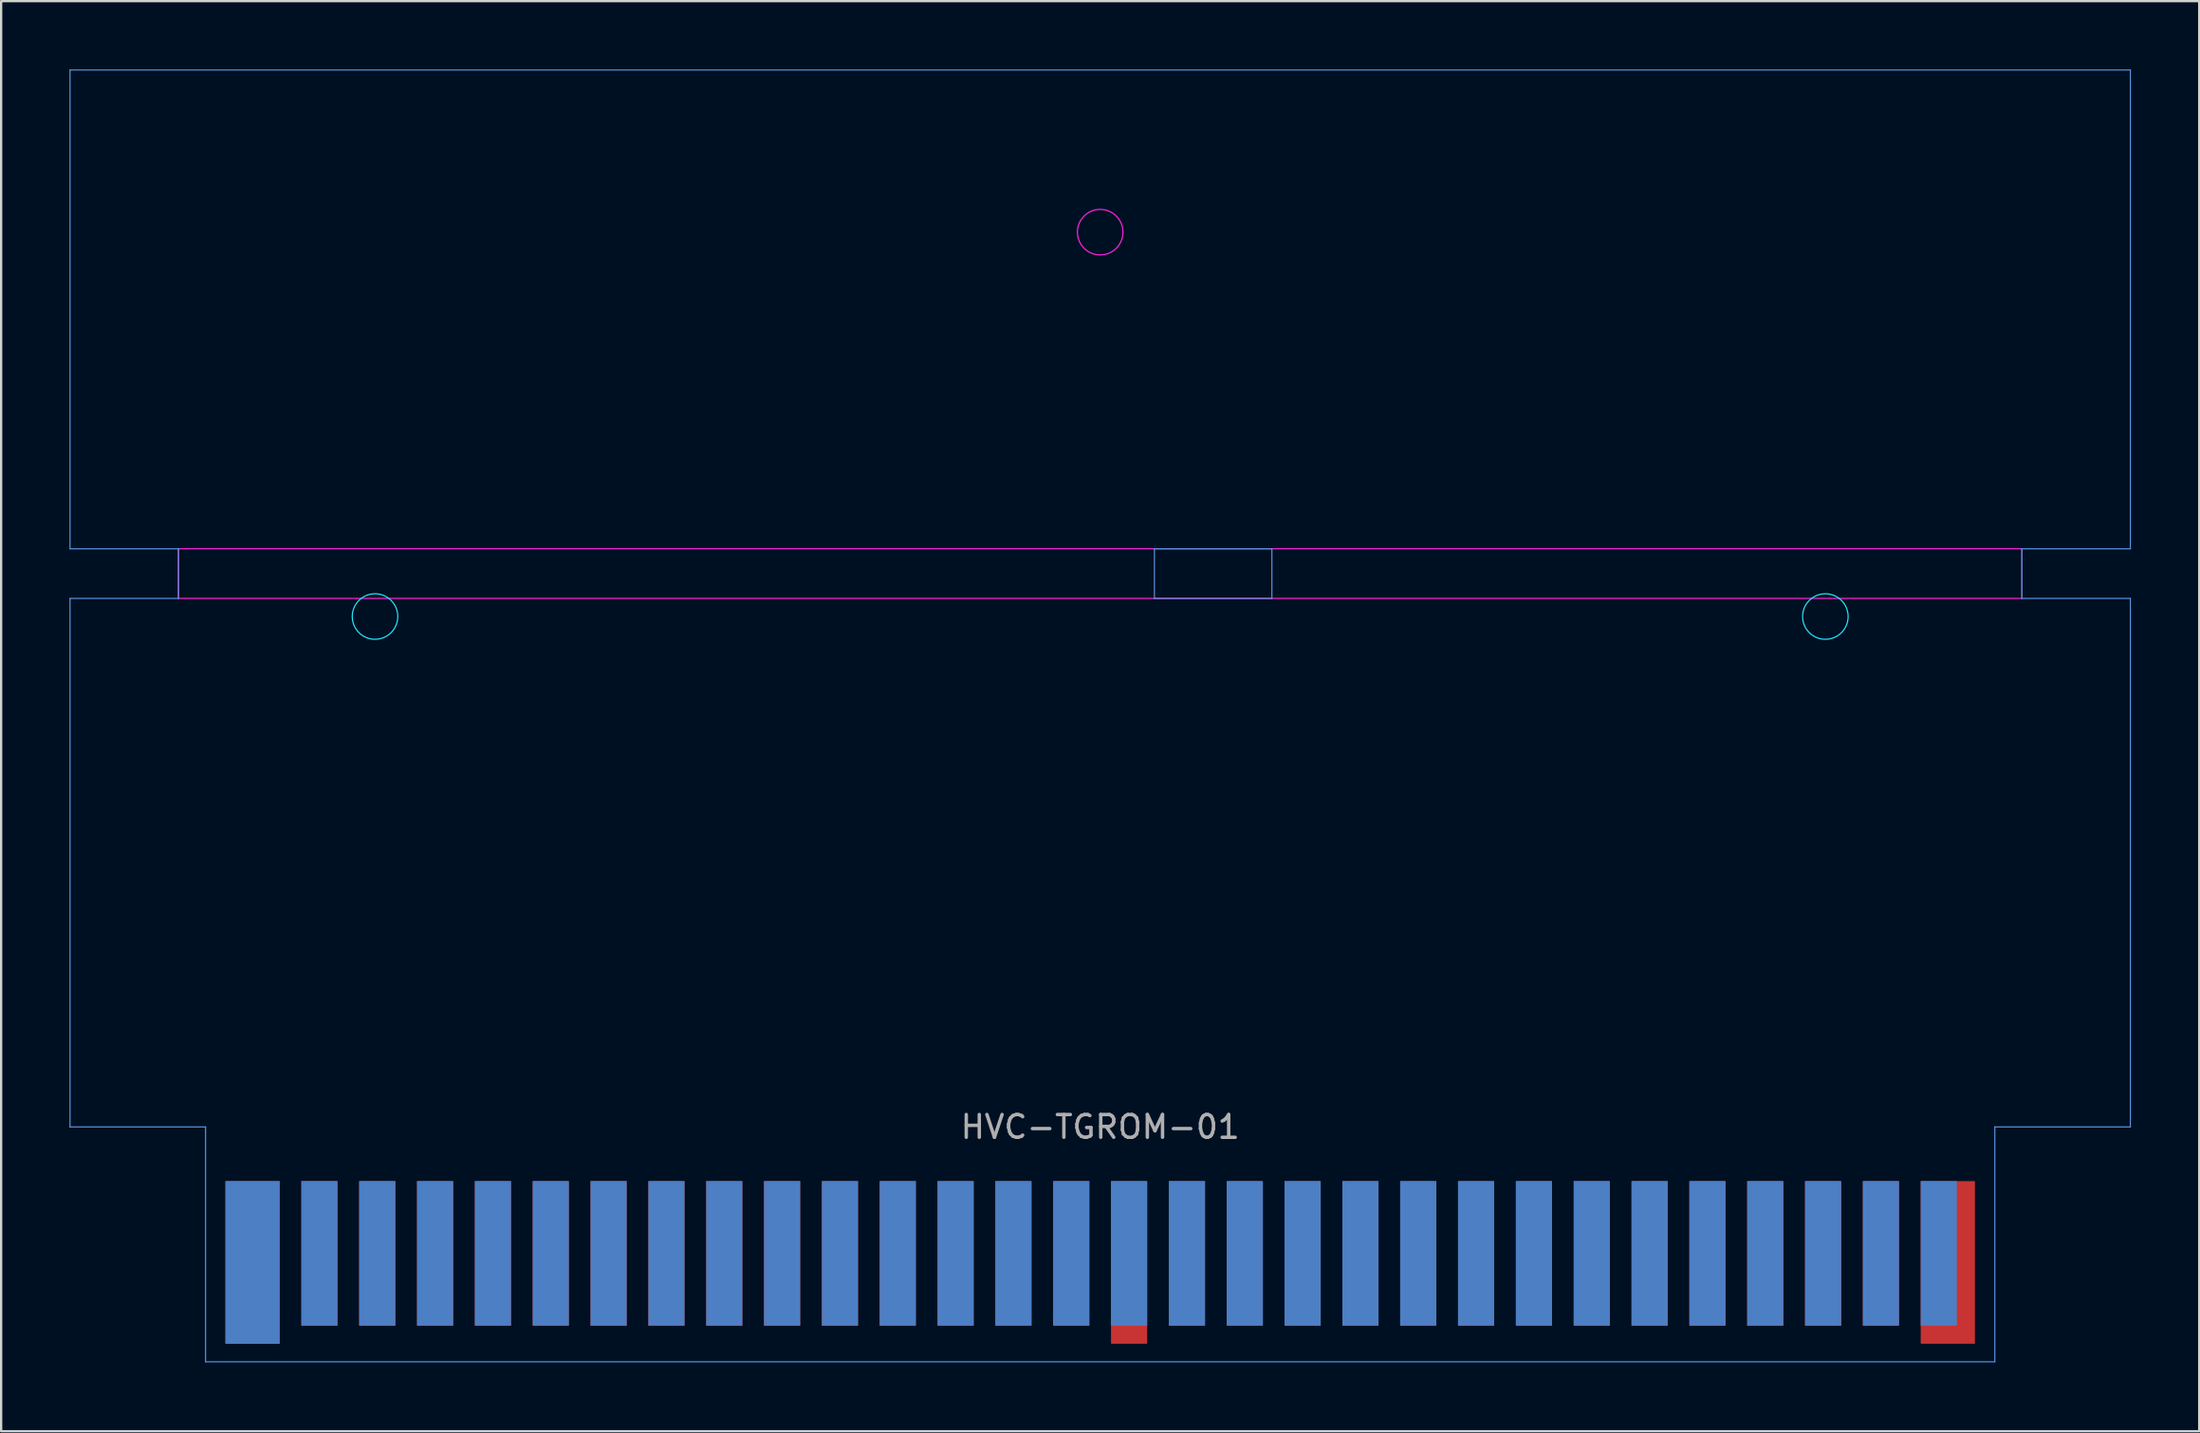
<source format=kicad_pcb>
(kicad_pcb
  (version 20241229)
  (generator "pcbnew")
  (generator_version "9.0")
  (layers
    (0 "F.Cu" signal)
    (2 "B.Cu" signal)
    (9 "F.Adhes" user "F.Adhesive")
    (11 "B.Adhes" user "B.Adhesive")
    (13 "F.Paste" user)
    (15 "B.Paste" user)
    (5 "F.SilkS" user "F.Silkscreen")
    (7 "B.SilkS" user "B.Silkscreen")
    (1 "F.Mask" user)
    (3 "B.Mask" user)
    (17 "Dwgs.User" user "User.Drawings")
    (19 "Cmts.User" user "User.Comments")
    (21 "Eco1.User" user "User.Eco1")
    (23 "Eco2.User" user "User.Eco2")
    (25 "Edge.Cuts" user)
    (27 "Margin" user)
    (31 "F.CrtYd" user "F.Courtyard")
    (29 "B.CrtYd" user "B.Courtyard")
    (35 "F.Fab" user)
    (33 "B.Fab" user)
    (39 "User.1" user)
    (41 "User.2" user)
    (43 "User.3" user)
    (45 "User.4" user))
  (footprint "HVC-TGROM-01"
    (layer "F.Cu")
    (at 45.269 46.459)
    (property "Reference" "HVC-TGROM-01" (at 0 0 0) (layer "F.Fab") (effects (font (size 1 1) (thickness 0.15))))
    (attr through_hole)
    (fp_poly (pts (xy 39.291 10.319) (xy -39.291 10.319) (xy -39.291 3.572) (xy 39.291 3.572)) (stroke (width 0.1) (type solid)) (fill yes) (layer "F.Mask"))
    (fp_poly (pts (xy 39.291 10.319) (xy -39.291 10.319) (xy -39.291 3.572) (xy 39.291 3.572)) (stroke (width 0.1) (type solid)) (fill yes) (layer "B.Mask"))
    (fp_line (start -45.244 -25.4) (end -45.244 -46.434) (stroke (width 0.05) (type solid)) (layer "Cmts.User"))
    (fp_line (start -45.244 -25.4) (end -40.481 -25.4) (stroke (width 0.05) (type solid)) (layer "Cmts.User"))
    (fp_line (start -45.244 -23.217) (end -40.481 -23.217) (stroke (width 0.05) (type solid)) (layer "Cmts.User"))
    (fp_line (start -45.244 0) (end -45.244 -23.217) (stroke (width 0.05) (type solid)) (layer "Cmts.User"))
    (fp_line (start -40.481 -23.217) (end -40.481 -25.4) (stroke (width 0.05) (type solid)) (layer "Cmts.User"))
    (fp_line (start -39.291 0) (end -45.244 0) (stroke (width 0.05) (type solid)) (layer "Cmts.User"))
    (fp_line (start -39.291 0) (end -39.291 10.319) (stroke (width 0.05) (type solid)) (layer "Cmts.User"))
    (fp_line (start -39.291 10.319) (end 39.291 10.319) (stroke (width 0.05) (type solid)) (layer "Cmts.User"))
    (fp_line (start 2.381 -23.217) (end 2.381 -25.4) (stroke (width 0.05) (type solid)) (layer "Cmts.User"))
    (fp_line (start 2.381 -23.217) (end 7.541 -23.217) (stroke (width 0.05) (type solid)) (layer "Cmts.User"))
    (fp_line (start 7.541 -25.4) (end 2.381 -25.4) (stroke (width 0.05) (type solid)) (layer "Cmts.User"))
    (fp_line (start 7.541 -23.217) (end 7.541 -25.4) (stroke (width 0.05) (type solid)) (layer "Cmts.User"))
    (fp_line (start 39.291 0) (end 39.291 10.319) (stroke (width 0.05) (type solid)) (layer "Cmts.User"))
    (fp_line (start 40.481 -25.4) (end 45.244 -25.4) (stroke (width 0.05) (type solid)) (layer "Cmts.User"))
    (fp_line (start 40.481 -23.217) (end 40.481 -25.4) (stroke (width 0.05) (type solid)) (layer "Cmts.User"))
    (fp_line (start 40.481 -23.217) (end 45.244 -23.217) (stroke (width 0.05) (type solid)) (layer "Cmts.User"))
    (fp_line (start 45.244 -46.434) (end -45.244 -46.434) (stroke (width 0.05) (type solid)) (layer "Cmts.User"))
    (fp_line (start 45.244 -25.4) (end 45.244 -46.434) (stroke (width 0.05) (type solid)) (layer "Cmts.User"))
    (fp_line (start 45.244 0) (end 39.291 0) (stroke (width 0.05) (type solid)) (layer "Cmts.User"))
    (fp_line (start 45.244 0) (end 45.244 -23.217) (stroke (width 0.05) (type solid)) (layer "Cmts.User"))
    (fp_circle (center -31.849 -22.423) (end -30.849 -22.423) (stroke (width 0.05) (type solid)) (fill no) (layer "B.CrtYd"))
    (fp_circle (center 31.849 -22.423) (end 32.849 -22.423) (stroke (width 0.05) (type solid)) (fill no) (layer "B.CrtYd"))
    (fp_line (start -40.481 -25.4) (end 40.481 -25.4) (stroke (width 0.05) (type solid)) (layer "F.CrtYd"))
    (fp_line (start -40.481 -23.217) (end -40.481 -25.4) (stroke (width 0.05) (type solid)) (layer "F.CrtYd"))
    (fp_line (start 40.481 -25.4) (end 40.481 -23.217) (stroke (width 0.05) (type solid)) (layer "F.CrtYd"))
    (fp_line (start 40.481 -23.217) (end -40.481 -23.217) (stroke (width 0.05) (type solid)) (layer "F.CrtYd"))
    (fp_circle (center 0 -39.309) (end 1 -39.309) (stroke (width 0.05) (type solid)) (fill no) (layer "F.CrtYd"))
    (pad "1" connect rect (at -37.227 5.953) (size 2.381 7.144) (layers "F.Cu"))
    (pad "1" connect rect (at -37.227 5.953) (size 2.381 7.144) (layers "B.Cu"))
    (pad "2" connect rect (at -34.29 5.556) (size 1.587 6.35) (layers "F.Cu"))
    (pad "3" connect rect (at -31.75 5.556) (size 1.587 6.35) (layers "F.Cu"))
    (pad "4" connect rect (at -29.21 5.556) (size 1.587 6.35) (layers "F.Cu"))
    (pad "5" connect rect (at -26.67 5.556) (size 1.587 6.35) (layers "F.Cu"))
    (pad "6" connect rect (at -24.13 5.556) (size 1.587 6.35) (layers "F.Cu"))
    (pad "7" connect rect (at -21.59 5.556) (size 1.587 6.35) (layers "F.Cu"))
    (pad "8" connect rect (at -19.05 5.556) (size 1.587 6.35) (layers "F.Cu"))
    (pad "9" connect rect (at -16.51 5.556) (size 1.587 6.35) (layers "F.Cu"))
    (pad "10" connect rect (at -13.97 5.556) (size 1.587 6.35) (layers "F.Cu"))
    (pad "11" connect rect (at -11.43 5.556) (size 1.587 6.35) (layers "F.Cu"))
    (pad "12" connect rect (at -8.89 5.556) (size 1.587 6.35) (layers "F.Cu"))
    (pad "13" connect rect (at -6.35 5.556) (size 1.587 6.35) (layers "F.Cu"))
    (pad "14" connect rect (at -3.81 5.556) (size 1.587 6.35) (layers "F.Cu"))
    (pad "15" connect rect (at -1.27 5.556) (size 1.587 6.35) (layers "F.Cu"))
    (pad "16" connect rect (at 1.27 5.953) (size 1.587 7.144) (layers "F.Cu"))
    (pad "17" connect rect (at 3.81 5.556) (size 1.587 6.35) (layers "F.Cu"))
    (pad "18" connect rect (at 6.35 5.556) (size 1.587 6.35) (layers "F.Cu"))
    (pad "19" connect rect (at 8.89 5.556) (size 1.587 6.35) (layers "F.Cu"))
    (pad "20" connect rect (at 11.43 5.556) (size 1.587 6.35) (layers "F.Cu"))
    (pad "21" connect rect (at 13.97 5.556) (size 1.587 6.35) (layers "F.Cu"))
    (pad "22" connect rect (at 16.51 5.556) (size 1.587 6.35) (layers "F.Cu"))
    (pad "23" connect rect (at 19.05 5.556) (size 1.587 6.35) (layers "F.Cu"))
    (pad "24" connect rect (at 21.59 5.556) (size 1.587 6.35) (layers "F.Cu"))
    (pad "25" connect rect (at 24.13 5.556) (size 1.587 6.35) (layers "F.Cu"))
    (pad "26" connect rect (at 26.67 5.556) (size 1.587 6.35) (layers "F.Cu"))
    (pad "27" connect rect (at 29.21 5.556) (size 1.587 6.35) (layers "F.Cu"))
    (pad "28" connect rect (at 31.75 5.556) (size 1.587 6.35) (layers "F.Cu"))
    (pad "29" connect rect (at 34.29 5.556) (size 1.587 6.35) (layers "F.Cu"))
    (pad "30" connect rect (at 37.227 5.953) (size 2.381 7.144) (layers "F.Cu"))
    (pad "32" connect rect (at -34.29 5.556 180) (size 1.587 6.35) (layers "B.Cu"))
    (pad "33" connect rect (at -31.75 5.556 180) (size 1.587 6.35) (layers "B.Cu"))
    (pad "34" connect rect (at -29.21 5.556 180) (size 1.587 6.35) (layers "B.Cu"))
    (pad "35" connect rect (at -26.67 5.556 180) (size 1.587 6.35) (layers "B.Cu"))
    (pad "36" connect rect (at -24.13 5.556 180) (size 1.587 6.35) (layers "B.Cu"))
    (pad "37" connect rect (at -21.59 5.556 180) (size 1.587 6.35) (layers "B.Cu"))
    (pad "38" connect rect (at -19.05 5.556 180) (size 1.587 6.35) (layers "B.Cu"))
    (pad "39" connect rect (at -16.51 5.556 180) (size 1.587 6.35) (layers "B.Cu"))
    (pad "40" connect rect (at -13.97 5.556 180) (size 1.587 6.35) (layers "B.Cu"))
    (pad "41" connect rect (at -11.43 5.556 180) (size 1.587 6.35) (layers "B.Cu"))
    (pad "42" connect rect (at -8.89 5.556 180) (size 1.587 6.35) (layers "B.Cu"))
    (pad "43" connect rect (at -6.35 5.556 180) (size 1.587 6.35) (layers "B.Cu"))
    (pad "44" connect rect (at -3.81 5.556 180) (size 1.587 6.35) (layers "B.Cu"))
    (pad "45" connect rect (at -1.27 5.556 180) (size 1.587 6.35) (layers "B.Cu"))
    (pad "46" connect rect (at 1.27 5.556 180) (size 1.587 6.35) (layers "B.Cu"))
    (pad "47" connect rect (at 3.81 5.556 180) (size 1.587 6.35) (layers "B.Cu"))
    (pad "48" connect rect (at 6.35 5.556 180) (size 1.587 6.35) (layers "B.Cu"))
    (pad "49" connect rect (at 8.89 5.556 180) (size 1.587 6.35) (layers "B.Cu"))
    (pad "50" connect rect (at 11.43 5.556 180) (size 1.587 6.35) (layers "B.Cu"))
    (pad "51" connect rect (at 13.97 5.556 180) (size 1.587 6.35) (layers "B.Cu"))
    (pad "52" connect rect (at 16.51 5.556 180) (size 1.587 6.35) (layers "B.Cu"))
    (pad "53" connect rect (at 19.05 5.556 180) (size 1.587 6.35) (layers "B.Cu"))
    (pad "54" connect rect (at 21.59 5.556 180) (size 1.587 6.35) (layers "B.Cu"))
    (pad "55" connect rect (at 24.13 5.556 180) (size 1.587 6.35) (layers "B.Cu"))
    (pad "56" connect rect (at 26.67 5.556 180) (size 1.587 6.35) (layers "B.Cu"))
    (pad "57" connect rect (at 29.21 5.556 180) (size 1.587 6.35) (layers "B.Cu"))
    (pad "58" connect rect (at 31.75 5.556 180) (size 1.587 6.35) (layers "B.Cu"))
    (pad "59" connect rect (at 34.29 5.556 180) (size 1.587 6.35) (layers "B.Cu"))
    (pad "60" connect rect (at 36.83 5.556 180) (size 1.587 6.35) (layers "B.Cu")))
  (gr_rect
    (start -3 -3)
    (end 93.537 59.828)
    (stroke (width 0.1) (type default))
    (fill no)
    (layer "Edge.Cuts")))
</source>
